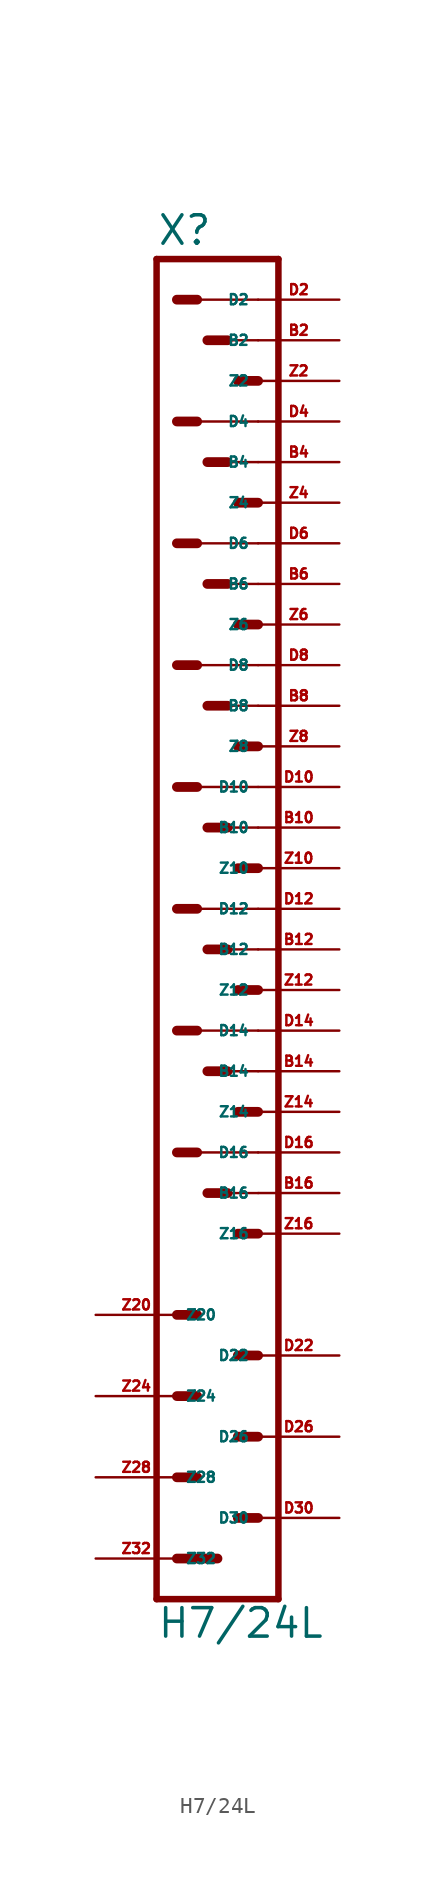
<source format=kicad_sym>
(kicad_symbol_lib
  (version 20220914)
  (generator Eagle2Kicad)
  (symbol "H7/24L"
    (property "Reference" "X"
      (at -3.81 41.402 0)
      (effects (font (size 1.778 1.778) (thickness 0.22)) (justify left bottom)))
    (property "Value" "H7/24L"
      (at -3.81 -45.72 0)
      (effects (font (size 1.778 1.778) (thickness 0.22)) (justify left bottom)))
    (polyline
      (pts (xy 3.81 -43.18) (xy -3.81 -43.18))
      (stroke (width 0.406) (type default))
      (fill (type none)))
    (polyline
      (pts (xy -3.81 40.64) (xy -3.81 -43.18))
      (stroke (width 0.406) (type default))
      (fill (type none)))
    (polyline
      (pts (xy -3.81 40.64) (xy 3.81 40.64))
      (stroke (width 0.406) (type default))
      (fill (type none)))
    (polyline
      (pts (xy 3.81 -43.18) (xy 3.81 40.64))
      (stroke (width 0.406) (type default))
      (fill (type none)))
    (polyline
      (pts (xy -2.54 -40.64) (xy 0 -40.64))
      (stroke (width 0.61) (type default))
      (fill (type none)))
    (polyline
      (pts (xy -2.54 -35.56) (xy -1.27 -35.56))
      (stroke (width 0.61) (type default))
      (fill (type none)))
    (polyline
      (pts (xy -2.54 -30.48) (xy -1.27 -30.48))
      (stroke (width 0.61) (type default))
      (fill (type none)))
    (polyline
      (pts (xy -2.54 -25.4) (xy -1.27 -25.4))
      (stroke (width 0.61) (type default))
      (fill (type none)))
    (polyline
      (pts (xy 2.54 -38.1) (xy 1.27 -38.1))
      (stroke (width 0.61) (type default))
      (fill (type none)))
    (polyline
      (pts (xy 2.54 -33.02) (xy 1.27 -33.02))
      (stroke (width 0.61) (type default))
      (fill (type none)))
    (polyline
      (pts (xy 2.54 -27.94) (xy 1.27 -27.94))
      (stroke (width 0.61) (type default))
      (fill (type none)))
    (polyline
      (pts (xy 2.54 5.08) (xy 0.635 5.08))
      (stroke (width 0.152) (type default))
      (fill (type none)))
    (polyline
      (pts (xy -1.27 7.62) (xy 2.54 7.62))
      (stroke (width 0.152) (type default))
      (fill (type none)))
    (polyline
      (pts (xy 2.54 -2.54) (xy 0.635 -2.54))
      (stroke (width 0.152) (type default))
      (fill (type none)))
    (polyline
      (pts (xy -1.27 0) (xy 2.54 0))
      (stroke (width 0.152) (type default))
      (fill (type none)))
    (polyline
      (pts (xy 2.54 -10.16) (xy 0.635 -10.16))
      (stroke (width 0.152) (type default))
      (fill (type none)))
    (polyline
      (pts (xy -1.27 -7.62) (xy 2.54 -7.62))
      (stroke (width 0.152) (type default))
      (fill (type none)))
    (polyline
      (pts (xy 2.54 -17.78) (xy 0.635 -17.78))
      (stroke (width 0.152) (type default))
      (fill (type none)))
    (polyline
      (pts (xy -1.27 -15.24) (xy 2.54 -15.24))
      (stroke (width 0.152) (type default))
      (fill (type none)))
    (polyline
      (pts (xy -1.27 -15.24) (xy -2.54 -15.24))
      (stroke (width 0.61) (type default))
      (fill (type none)))
    (polyline
      (pts (xy 0.635 -17.78) (xy -0.635 -17.78))
      (stroke (width 0.61) (type default))
      (fill (type none)))
    (polyline
      (pts (xy 2.54 -20.32) (xy 1.27 -20.32))
      (stroke (width 0.61) (type default))
      (fill (type none)))
    (polyline
      (pts (xy -1.27 -7.62) (xy -2.54 -7.62))
      (stroke (width 0.61) (type default))
      (fill (type none)))
    (polyline
      (pts (xy 0.635 -10.16) (xy -0.635 -10.16))
      (stroke (width 0.61) (type default))
      (fill (type none)))
    (polyline
      (pts (xy 2.54 -12.7) (xy 1.27 -12.7))
      (stroke (width 0.61) (type default))
      (fill (type none)))
    (polyline
      (pts (xy -1.27 0) (xy -2.54 0))
      (stroke (width 0.61) (type default))
      (fill (type none)))
    (polyline
      (pts (xy 0.635 -2.54) (xy -0.635 -2.54))
      (stroke (width 0.61) (type default))
      (fill (type none)))
    (polyline
      (pts (xy 2.54 -5.08) (xy 1.27 -5.08))
      (stroke (width 0.61) (type default))
      (fill (type none)))
    (polyline
      (pts (xy -1.27 7.62) (xy -2.54 7.62))
      (stroke (width 0.61) (type default))
      (fill (type none)))
    (polyline
      (pts (xy 0.635 5.08) (xy -0.635 5.08))
      (stroke (width 0.61) (type default))
      (fill (type none)))
    (polyline
      (pts (xy 2.54 2.54) (xy 1.27 2.54))
      (stroke (width 0.61) (type default))
      (fill (type none)))
    (polyline
      (pts (xy 2.54 35.56) (xy 0.635 35.56))
      (stroke (width 0.152) (type default))
      (fill (type none)))
    (polyline
      (pts (xy -1.27 38.1) (xy 2.54 38.1))
      (stroke (width 0.152) (type default))
      (fill (type none)))
    (polyline
      (pts (xy 2.54 27.94) (xy 0.635 27.94))
      (stroke (width 0.152) (type default))
      (fill (type none)))
    (polyline
      (pts (xy -1.27 30.48) (xy 2.54 30.48))
      (stroke (width 0.152) (type default))
      (fill (type none)))
    (polyline
      (pts (xy 2.54 20.32) (xy 0.635 20.32))
      (stroke (width 0.152) (type default))
      (fill (type none)))
    (polyline
      (pts (xy -1.27 22.86) (xy 2.54 22.86))
      (stroke (width 0.152) (type default))
      (fill (type none)))
    (polyline
      (pts (xy 2.54 12.7) (xy 0.635 12.7))
      (stroke (width 0.152) (type default))
      (fill (type none)))
    (polyline
      (pts (xy -1.27 15.24) (xy 2.54 15.24))
      (stroke (width 0.152) (type default))
      (fill (type none)))
    (polyline
      (pts (xy -1.27 15.24) (xy -2.54 15.24))
      (stroke (width 0.61) (type default))
      (fill (type none)))
    (polyline
      (pts (xy 0.635 12.7) (xy -0.635 12.7))
      (stroke (width 0.61) (type default))
      (fill (type none)))
    (polyline
      (pts (xy 2.54 10.16) (xy 1.27 10.16))
      (stroke (width 0.61) (type default))
      (fill (type none)))
    (polyline
      (pts (xy -1.27 22.86) (xy -2.54 22.86))
      (stroke (width 0.61) (type default))
      (fill (type none)))
    (polyline
      (pts (xy 0.635 20.32) (xy -0.635 20.32))
      (stroke (width 0.61) (type default))
      (fill (type none)))
    (polyline
      (pts (xy 2.54 17.78) (xy 1.27 17.78))
      (stroke (width 0.61) (type default))
      (fill (type none)))
    (polyline
      (pts (xy -1.27 30.48) (xy -2.54 30.48))
      (stroke (width 0.61) (type default))
      (fill (type none)))
    (polyline
      (pts (xy 0.635 27.94) (xy -0.635 27.94))
      (stroke (width 0.61) (type default))
      (fill (type none)))
    (polyline
      (pts (xy 2.54 25.4) (xy 1.27 25.4))
      (stroke (width 0.61) (type default))
      (fill (type none)))
    (polyline
      (pts (xy -1.27 38.1) (xy -2.54 38.1))
      (stroke (width 0.61) (type default))
      (fill (type none)))
    (polyline
      (pts (xy 0.635 35.56) (xy -0.635 35.56))
      (stroke (width 0.61) (type default))
      (fill (type none)))
    (polyline
      (pts (xy 2.54 33.02) (xy 1.27 33.02))
      (stroke (width 0.61) (type default))
      (fill (type none)))
    (pin passive line
      (at 7.62 -27.94 180)
      (length 5.08)
      (name "D22" (effects (font (size 0.635 0.635) (thickness 0.08)) (justify left bottom)))
      (number "D22" (effects (font (size 0.635 0.635) (thickness 0.08)) (justify left bottom))))
    (pin passive line
      (at 7.62 -33.02 180)
      (length 5.08)
      (name "D26" (effects (font (size 0.635 0.635) (thickness 0.08)) (justify left bottom)))
      (number "D26" (effects (font (size 0.635 0.635) (thickness 0.08)) (justify left bottom))))
    (pin passive line
      (at 7.62 -38.1 180)
      (length 5.08)
      (name "D30" (effects (font (size 0.635 0.635) (thickness 0.08)) (justify left bottom)))
      (number "D30" (effects (font (size 0.635 0.635) (thickness 0.08)) (justify left bottom))))
    (pin passive line
      (at -7.62 -25.4 0)
      (length 5.08)
      (name "Z20" (effects (font (size 0.635 0.635) (thickness 0.08)) (justify left bottom)))
      (number "Z20" (effects (font (size 0.635 0.635) (thickness 0.08)) (justify left bottom))))
    (pin passive line
      (at -7.62 -30.48 0)
      (length 5.08)
      (name "Z24" (effects (font (size 0.635 0.635) (thickness 0.08)) (justify left bottom)))
      (number "Z24" (effects (font (size 0.635 0.635) (thickness 0.08)) (justify left bottom))))
    (pin passive line
      (at -7.62 -35.56 0)
      (length 5.08)
      (name "Z28" (effects (font (size 0.635 0.635) (thickness 0.08)) (justify left bottom)))
      (number "Z28" (effects (font (size 0.635 0.635) (thickness 0.08)) (justify left bottom))))
    (pin passive line
      (at -7.62 -40.64 0)
      (length 5.08)
      (name "Z32" (effects (font (size 0.635 0.635) (thickness 0.08)) (justify left bottom)))
      (number "Z32" (effects (font (size 0.635 0.635) (thickness 0.08)) (justify left bottom))))
    (pin passive line
      (at 7.62 -20.32 180)
      (length 5.08)
      (name "Z16" (effects (font (size 0.635 0.635) (thickness 0.08)) (justify left bottom)))
      (number "Z16" (effects (font (size 0.635 0.635) (thickness 0.08)) (justify left bottom))))
    (pin passive line
      (at 7.62 -17.78 180)
      (length 5.08)
      (name "B16" (effects (font (size 0.635 0.635) (thickness 0.08)) (justify left bottom)))
      (number "B16" (effects (font (size 0.635 0.635) (thickness 0.08)) (justify left bottom))))
    (pin passive line
      (at 7.62 -15.24 180)
      (length 5.08)
      (name "D16" (effects (font (size 0.635 0.635) (thickness 0.08)) (justify left bottom)))
      (number "D16" (effects (font (size 0.635 0.635) (thickness 0.08)) (justify left bottom))))
    (pin passive line
      (at 7.62 -12.7 180)
      (length 5.08)
      (name "Z14" (effects (font (size 0.635 0.635) (thickness 0.08)) (justify left bottom)))
      (number "Z14" (effects (font (size 0.635 0.635) (thickness 0.08)) (justify left bottom))))
    (pin passive line
      (at 7.62 -10.16 180)
      (length 5.08)
      (name "B14" (effects (font (size 0.635 0.635) (thickness 0.08)) (justify left bottom)))
      (number "B14" (effects (font (size 0.635 0.635) (thickness 0.08)) (justify left bottom))))
    (pin passive line
      (at 7.62 -7.62 180)
      (length 5.08)
      (name "D14" (effects (font (size 0.635 0.635) (thickness 0.08)) (justify left bottom)))
      (number "D14" (effects (font (size 0.635 0.635) (thickness 0.08)) (justify left bottom))))
    (pin passive line
      (at 7.62 -5.08 180)
      (length 5.08)
      (name "Z12" (effects (font (size 0.635 0.635) (thickness 0.08)) (justify left bottom)))
      (number "Z12" (effects (font (size 0.635 0.635) (thickness 0.08)) (justify left bottom))))
    (pin passive line
      (at 7.62 -2.54 180)
      (length 5.08)
      (name "B12" (effects (font (size 0.635 0.635) (thickness 0.08)) (justify left bottom)))
      (number "B12" (effects (font (size 0.635 0.635) (thickness 0.08)) (justify left bottom))))
    (pin passive line
      (at 7.62 0 180)
      (length 5.08)
      (name "D12" (effects (font (size 0.635 0.635) (thickness 0.08)) (justify left bottom)))
      (number "D12" (effects (font (size 0.635 0.635) (thickness 0.08)) (justify left bottom))))
    (pin passive line
      (at 7.62 2.54 180)
      (length 5.08)
      (name "Z10" (effects (font (size 0.635 0.635) (thickness 0.08)) (justify left bottom)))
      (number "Z10" (effects (font (size 0.635 0.635) (thickness 0.08)) (justify left bottom))))
    (pin passive line
      (at 7.62 5.08 180)
      (length 5.08)
      (name "B10" (effects (font (size 0.635 0.635) (thickness 0.08)) (justify left bottom)))
      (number "B10" (effects (font (size 0.635 0.635) (thickness 0.08)) (justify left bottom))))
    (pin passive line
      (at 7.62 7.62 180)
      (length 5.08)
      (name "D10" (effects (font (size 0.635 0.635) (thickness 0.08)) (justify left bottom)))
      (number "D10" (effects (font (size 0.635 0.635) (thickness 0.08)) (justify left bottom))))
    (pin passive line
      (at 7.62 10.16 180)
      (length 5.08)
      (name "Z8" (effects (font (size 0.635 0.635) (thickness 0.08)) (justify left bottom)))
      (number "Z8" (effects (font (size 0.635 0.635) (thickness 0.08)) (justify left bottom))))
    (pin passive line
      (at 7.62 12.7 180)
      (length 5.08)
      (name "B8" (effects (font (size 0.635 0.635) (thickness 0.08)) (justify left bottom)))
      (number "B8" (effects (font (size 0.635 0.635) (thickness 0.08)) (justify left bottom))))
    (pin passive line
      (at 7.62 15.24 180)
      (length 5.08)
      (name "D8" (effects (font (size 0.635 0.635) (thickness 0.08)) (justify left bottom)))
      (number "D8" (effects (font (size 0.635 0.635) (thickness 0.08)) (justify left bottom))))
    (pin passive line
      (at 7.62 17.78 180)
      (length 5.08)
      (name "Z6" (effects (font (size 0.635 0.635) (thickness 0.08)) (justify left bottom)))
      (number "Z6" (effects (font (size 0.635 0.635) (thickness 0.08)) (justify left bottom))))
    (pin passive line
      (at 7.62 20.32 180)
      (length 5.08)
      (name "B6" (effects (font (size 0.635 0.635) (thickness 0.08)) (justify left bottom)))
      (number "B6" (effects (font (size 0.635 0.635) (thickness 0.08)) (justify left bottom))))
    (pin passive line
      (at 7.62 22.86 180)
      (length 5.08)
      (name "D6" (effects (font (size 0.635 0.635) (thickness 0.08)) (justify left bottom)))
      (number "D6" (effects (font (size 0.635 0.635) (thickness 0.08)) (justify left bottom))))
    (pin passive line
      (at 7.62 25.4 180)
      (length 5.08)
      (name "Z4" (effects (font (size 0.635 0.635) (thickness 0.08)) (justify left bottom)))
      (number "Z4" (effects (font (size 0.635 0.635) (thickness 0.08)) (justify left bottom))))
    (pin passive line
      (at 7.62 27.94 180)
      (length 5.08)
      (name "B4" (effects (font (size 0.635 0.635) (thickness 0.08)) (justify left bottom)))
      (number "B4" (effects (font (size 0.635 0.635) (thickness 0.08)) (justify left bottom))))
    (pin passive line
      (at 7.62 30.48 180)
      (length 5.08)
      (name "D4" (effects (font (size 0.635 0.635) (thickness 0.08)) (justify left bottom)))
      (number "D4" (effects (font (size 0.635 0.635) (thickness 0.08)) (justify left bottom))))
    (pin passive line
      (at 7.62 33.02 180)
      (length 5.08)
      (name "Z2" (effects (font (size 0.635 0.635) (thickness 0.08)) (justify left bottom)))
      (number "Z2" (effects (font (size 0.635 0.635) (thickness 0.08)) (justify left bottom))))
    (pin passive line
      (at 7.62 35.56 180)
      (length 5.08)
      (name "B2" (effects (font (size 0.635 0.635) (thickness 0.08)) (justify left bottom)))
      (number "B2" (effects (font (size 0.635 0.635) (thickness 0.08)) (justify left bottom))))
    (pin passive line
      (at 7.62 38.1 180)
      (length 5.08)
      (name "D2" (effects (font (size 0.635 0.635) (thickness 0.08)) (justify left bottom)))
      (number "D2" (effects (font (size 0.635 0.635) (thickness 0.08)) (justify left bottom))))))
</source>
